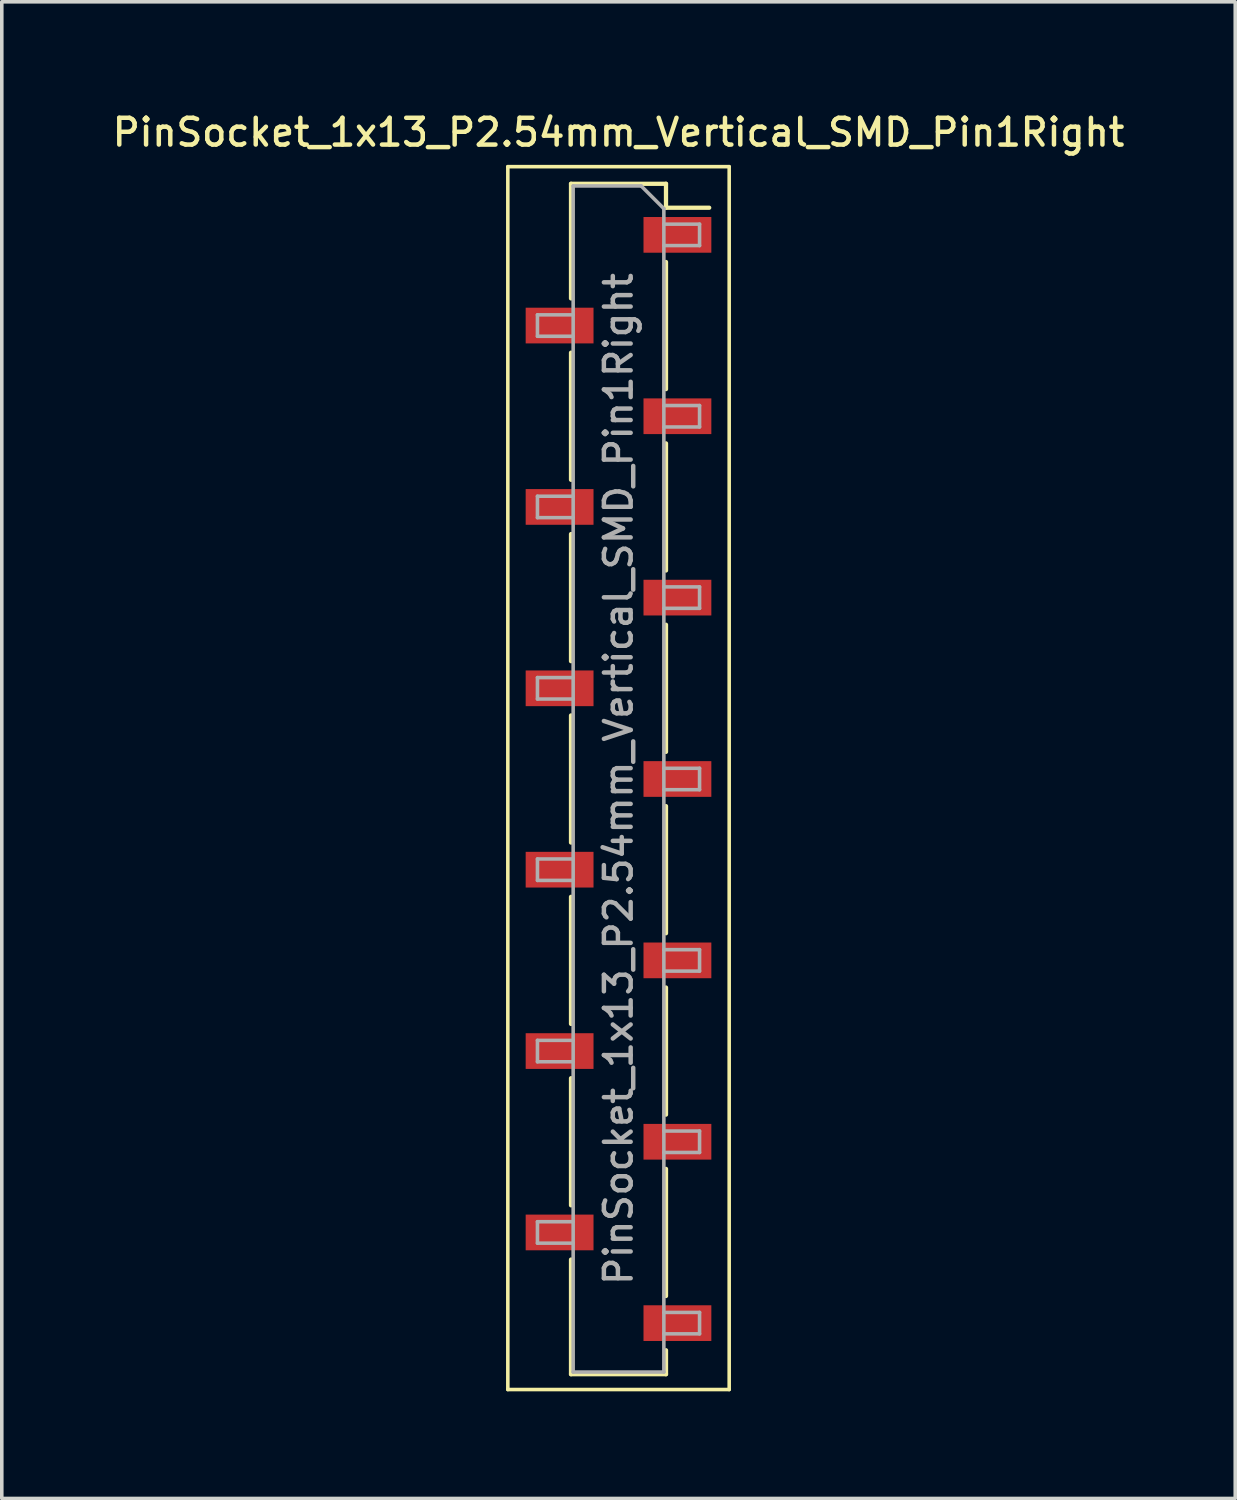
<source format=kicad_pcb>
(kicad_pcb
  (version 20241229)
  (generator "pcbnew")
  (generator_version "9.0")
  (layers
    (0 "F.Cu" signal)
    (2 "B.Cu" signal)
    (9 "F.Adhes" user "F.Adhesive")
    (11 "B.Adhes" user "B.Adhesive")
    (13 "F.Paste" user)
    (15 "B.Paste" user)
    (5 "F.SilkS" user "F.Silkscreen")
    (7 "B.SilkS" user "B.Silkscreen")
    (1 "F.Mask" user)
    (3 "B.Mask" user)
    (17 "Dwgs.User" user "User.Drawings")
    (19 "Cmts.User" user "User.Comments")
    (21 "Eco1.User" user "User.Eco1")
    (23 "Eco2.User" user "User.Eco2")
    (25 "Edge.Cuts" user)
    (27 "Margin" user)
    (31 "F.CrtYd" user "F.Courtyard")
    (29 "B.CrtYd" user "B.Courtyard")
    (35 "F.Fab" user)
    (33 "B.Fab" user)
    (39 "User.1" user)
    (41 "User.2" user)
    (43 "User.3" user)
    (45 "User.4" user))
  (footprint "PinSocket_1x13_P2.54mm_Vertical_SMD_Pin1Right"
    (layer "F.Cu")
    (at 14.273 18.768)
    (property "Reference" "PinSocket_1x13_P2.54mm_Vertical_SMD_Pin1Right" (at 0 -18.11 0) (layer "F.SilkS") (effects (font (size 0.75 0.75) (thickness 0.125))))
    (attr smd)
    (fp_line (start -3.1 -17.15) (end 3.1 -17.15) (stroke (width 0.1) (type solid)) (layer "F.SilkS"))
    (fp_line (start -3.1 17.1) (end -3.1 -17.15) (stroke (width 0.1) (type solid)) (layer "F.SilkS"))
    (fp_line (start -1.33 -16.67) (end -1.33 -13.46) (stroke (width 0.12) (type solid)) (layer "F.SilkS"))
    (fp_line (start -1.33 -16.67) (end 1.33 -16.67) (stroke (width 0.12) (type solid)) (layer "F.SilkS"))
    (fp_line (start -1.33 -11.94) (end -1.33 -8.38) (stroke (width 0.12) (type solid)) (layer "F.SilkS"))
    (fp_line (start -1.33 -6.86) (end -1.33 -3.3) (stroke (width 0.12) (type solid)) (layer "F.SilkS"))
    (fp_line (start -1.33 -1.78) (end -1.33 1.78) (stroke (width 0.12) (type solid)) (layer "F.SilkS"))
    (fp_line (start -1.33 3.3) (end -1.33 6.86) (stroke (width 0.12) (type solid)) (layer "F.SilkS"))
    (fp_line (start -1.33 8.38) (end -1.33 11.94) (stroke (width 0.12) (type solid)) (layer "F.SilkS"))
    (fp_line (start -1.33 13.46) (end -1.33 16.67) (stroke (width 0.12) (type solid)) (layer "F.SilkS"))
    (fp_line (start -1.33 16.67) (end 1.33 16.67) (stroke (width 0.12) (type solid)) (layer "F.SilkS"))
    (fp_line (start 1.33 -16.67) (end 1.33 -16) (stroke (width 0.12) (type solid)) (layer "F.SilkS"))
    (fp_line (start 1.33 -16) (end 2.54 -16) (stroke (width 0.12) (type solid)) (layer "F.SilkS"))
    (fp_line (start 1.33 -14.48) (end 1.33 -10.92) (stroke (width 0.12) (type solid)) (layer "F.SilkS"))
    (fp_line (start 1.33 -9.4) (end 1.33 -5.84) (stroke (width 0.12) (type solid)) (layer "F.SilkS"))
    (fp_line (start 1.33 -4.32) (end 1.33 -0.76) (stroke (width 0.12) (type solid)) (layer "F.SilkS"))
    (fp_line (start 1.33 0.76) (end 1.33 4.32) (stroke (width 0.12) (type solid)) (layer "F.SilkS"))
    (fp_line (start 1.33 5.84) (end 1.33 9.4) (stroke (width 0.12) (type solid)) (layer "F.SilkS"))
    (fp_line (start 1.33 10.92) (end 1.33 14.48) (stroke (width 0.12) (type solid)) (layer "F.SilkS"))
    (fp_line (start 1.33 16) (end 1.33 16.67) (stroke (width 0.12) (type solid)) (layer "F.SilkS"))
    (fp_line (start 3.1 -17.15) (end 3.1 17.1) (stroke (width 0.1) (type solid)) (layer "F.SilkS"))
    (fp_line (start 3.1 17.1) (end -3.1 17.1) (stroke (width 0.1) (type solid)) (layer "F.SilkS"))
    (fp_line (start -2.27 -13) (end -1.27 -13) (stroke (width 0.1) (type solid)) (layer "F.Fab"))
    (fp_line (start -2.27 -12.4) (end -2.27 -13) (stroke (width 0.1) (type solid)) (layer "F.Fab"))
    (fp_line (start -2.27 -7.92) (end -1.27 -7.92) (stroke (width 0.1) (type solid)) (layer "F.Fab"))
    (fp_line (start -2.27 -7.32) (end -2.27 -7.92) (stroke (width 0.1) (type solid)) (layer "F.Fab"))
    (fp_line (start -2.27 -2.84) (end -1.27 -2.84) (stroke (width 0.1) (type solid)) (layer "F.Fab"))
    (fp_line (start -2.27 -2.24) (end -2.27 -2.84) (stroke (width 0.1) (type solid)) (layer "F.Fab"))
    (fp_line (start -2.27 2.24) (end -1.27 2.24) (stroke (width 0.1) (type solid)) (layer "F.Fab"))
    (fp_line (start -2.27 2.84) (end -2.27 2.24) (stroke (width 0.1) (type solid)) (layer "F.Fab"))
    (fp_line (start -2.27 7.32) (end -1.27 7.32) (stroke (width 0.1) (type solid)) (layer "F.Fab"))
    (fp_line (start -2.27 7.92) (end -2.27 7.32) (stroke (width 0.1) (type solid)) (layer "F.Fab"))
    (fp_line (start -2.27 12.4) (end -1.27 12.4) (stroke (width 0.1) (type solid)) (layer "F.Fab"))
    (fp_line (start -2.27 13) (end -2.27 12.4) (stroke (width 0.1) (type solid)) (layer "F.Fab"))
    (fp_line (start -1.27 -16.61) (end 0.635 -16.61) (stroke (width 0.1) (type solid)) (layer "F.Fab"))
    (fp_line (start -1.27 -12.4) (end -2.27 -12.4) (stroke (width 0.1) (type solid)) (layer "F.Fab"))
    (fp_line (start -1.27 -7.32) (end -2.27 -7.32) (stroke (width 0.1) (type solid)) (layer "F.Fab"))
    (fp_line (start -1.27 -2.24) (end -2.27 -2.24) (stroke (width 0.1) (type solid)) (layer "F.Fab"))
    (fp_line (start -1.27 2.84) (end -2.27 2.84) (stroke (width 0.1) (type solid)) (layer "F.Fab"))
    (fp_line (start -1.27 7.92) (end -2.27 7.92) (stroke (width 0.1) (type solid)) (layer "F.Fab"))
    (fp_line (start -1.27 13) (end -2.27 13) (stroke (width 0.1) (type solid)) (layer "F.Fab"))
    (fp_line (start -1.27 16.61) (end -1.27 -16.61) (stroke (width 0.1) (type solid)) (layer "F.Fab"))
    (fp_line (start 0.635 -16.61) (end 1.27 -15.975) (stroke (width 0.1) (type solid)) (layer "F.Fab"))
    (fp_line (start 1.27 -15.975) (end 1.27 16.61) (stroke (width 0.1) (type solid)) (layer "F.Fab"))
    (fp_line (start 1.27 -15.54) (end 2.27 -15.54) (stroke (width 0.1) (type solid)) (layer "F.Fab"))
    (fp_line (start 1.27 -10.46) (end 2.27 -10.46) (stroke (width 0.1) (type solid)) (layer "F.Fab"))
    (fp_line (start 1.27 -5.38) (end 2.27 -5.38) (stroke (width 0.1) (type solid)) (layer "F.Fab"))
    (fp_line (start 1.27 -0.3) (end 2.27 -0.3) (stroke (width 0.1) (type solid)) (layer "F.Fab"))
    (fp_line (start 1.27 4.78) (end 2.27 4.78) (stroke (width 0.1) (type solid)) (layer "F.Fab"))
    (fp_line (start 1.27 9.86) (end 2.27 9.86) (stroke (width 0.1) (type solid)) (layer "F.Fab"))
    (fp_line (start 1.27 14.94) (end 2.27 14.94) (stroke (width 0.1) (type solid)) (layer "F.Fab"))
    (fp_line (start 1.27 16.61) (end -1.27 16.61) (stroke (width 0.1) (type solid)) (layer "F.Fab"))
    (fp_line (start 2.27 -15.54) (end 2.27 -14.94) (stroke (width 0.1) (type solid)) (layer "F.Fab"))
    (fp_line (start 2.27 -14.94) (end 1.27 -14.94) (stroke (width 0.1) (type solid)) (layer "F.Fab"))
    (fp_line (start 2.27 -10.46) (end 2.27 -9.86) (stroke (width 0.1) (type solid)) (layer "F.Fab"))
    (fp_line (start 2.27 -9.86) (end 1.27 -9.86) (stroke (width 0.1) (type solid)) (layer "F.Fab"))
    (fp_line (start 2.27 -5.38) (end 2.27 -4.78) (stroke (width 0.1) (type solid)) (layer "F.Fab"))
    (fp_line (start 2.27 -4.78) (end 1.27 -4.78) (stroke (width 0.1) (type solid)) (layer "F.Fab"))
    (fp_line (start 2.27 -0.3) (end 2.27 0.3) (stroke (width 0.1) (type solid)) (layer "F.Fab"))
    (fp_line (start 2.27 0.3) (end 1.27 0.3) (stroke (width 0.1) (type solid)) (layer "F.Fab"))
    (fp_line (start 2.27 4.78) (end 2.27 5.38) (stroke (width 0.1) (type solid)) (layer "F.Fab"))
    (fp_line (start 2.27 5.38) (end 1.27 5.38) (stroke (width 0.1) (type solid)) (layer "F.Fab"))
    (fp_line (start 2.27 9.86) (end 2.27 10.46) (stroke (width 0.1) (type solid)) (layer "F.Fab"))
    (fp_line (start 2.27 10.46) (end 1.27 10.46) (stroke (width 0.1) (type solid)) (layer "F.Fab"))
    (fp_line (start 2.27 14.94) (end 2.27 15.54) (stroke (width 0.1) (type solid)) (layer "F.Fab"))
    (fp_line (start 2.27 15.54) (end 1.27 15.54) (stroke (width 0.1) (type solid)) (layer "F.Fab"))
    (fp_text user "${REFERENCE}" (at 0 0 90) (layer "F.Fab") (effects (font (size 0.75 0.75) (thickness 0.125))))
    (pad "1" smd rect (at 1.65 -15.24) (size 1.9 1) (layers "F.Cu" "F.Mask" "F.Paste"))
    (pad "2" smd rect (at -1.65 -12.7) (size 1.9 1) (layers "F.Cu" "F.Mask" "F.Paste"))
    (pad "3" smd rect (at 1.65 -10.16) (size 1.9 1) (layers "F.Cu" "F.Mask" "F.Paste"))
    (pad "4" smd rect (at -1.65 -7.62) (size 1.9 1) (layers "F.Cu" "F.Mask" "F.Paste"))
    (pad "5" smd rect (at 1.65 -5.08) (size 1.9 1) (layers "F.Cu" "F.Mask" "F.Paste"))
    (pad "6" smd rect (at -1.65 -2.54) (size 1.9 1) (layers "F.Cu" "F.Mask" "F.Paste"))
    (pad "7" smd rect (at 1.65 0) (size 1.9 1) (layers "F.Cu" "F.Mask" "F.Paste"))
    (pad "8" smd rect (at -1.65 2.54) (size 1.9 1) (layers "F.Cu" "F.Mask" "F.Paste"))
    (pad "9" smd rect (at 1.65 5.08) (size 1.9 1) (layers "F.Cu" "F.Mask" "F.Paste"))
    (pad "10" smd rect (at -1.65 7.62) (size 1.9 1) (layers "F.Cu" "F.Mask" "F.Paste"))
    (pad "11" smd rect (at 1.65 10.16) (size 1.9 1) (layers "F.Cu" "F.Mask" "F.Paste"))
    (pad "12" smd rect (at -1.65 12.7) (size 1.9 1) (layers "F.Cu" "F.Mask" "F.Paste"))
    (pad "13" smd rect (at 1.65 15.24) (size 1.9 1) (layers "F.Cu" "F.Mask" "F.Paste")))
  (gr_rect
    (start -3 -3)
    (end 31.546 38.918)
    (stroke (width 0.1) (type default))
    (fill no)
    (layer "Edge.Cuts")))
</source>
